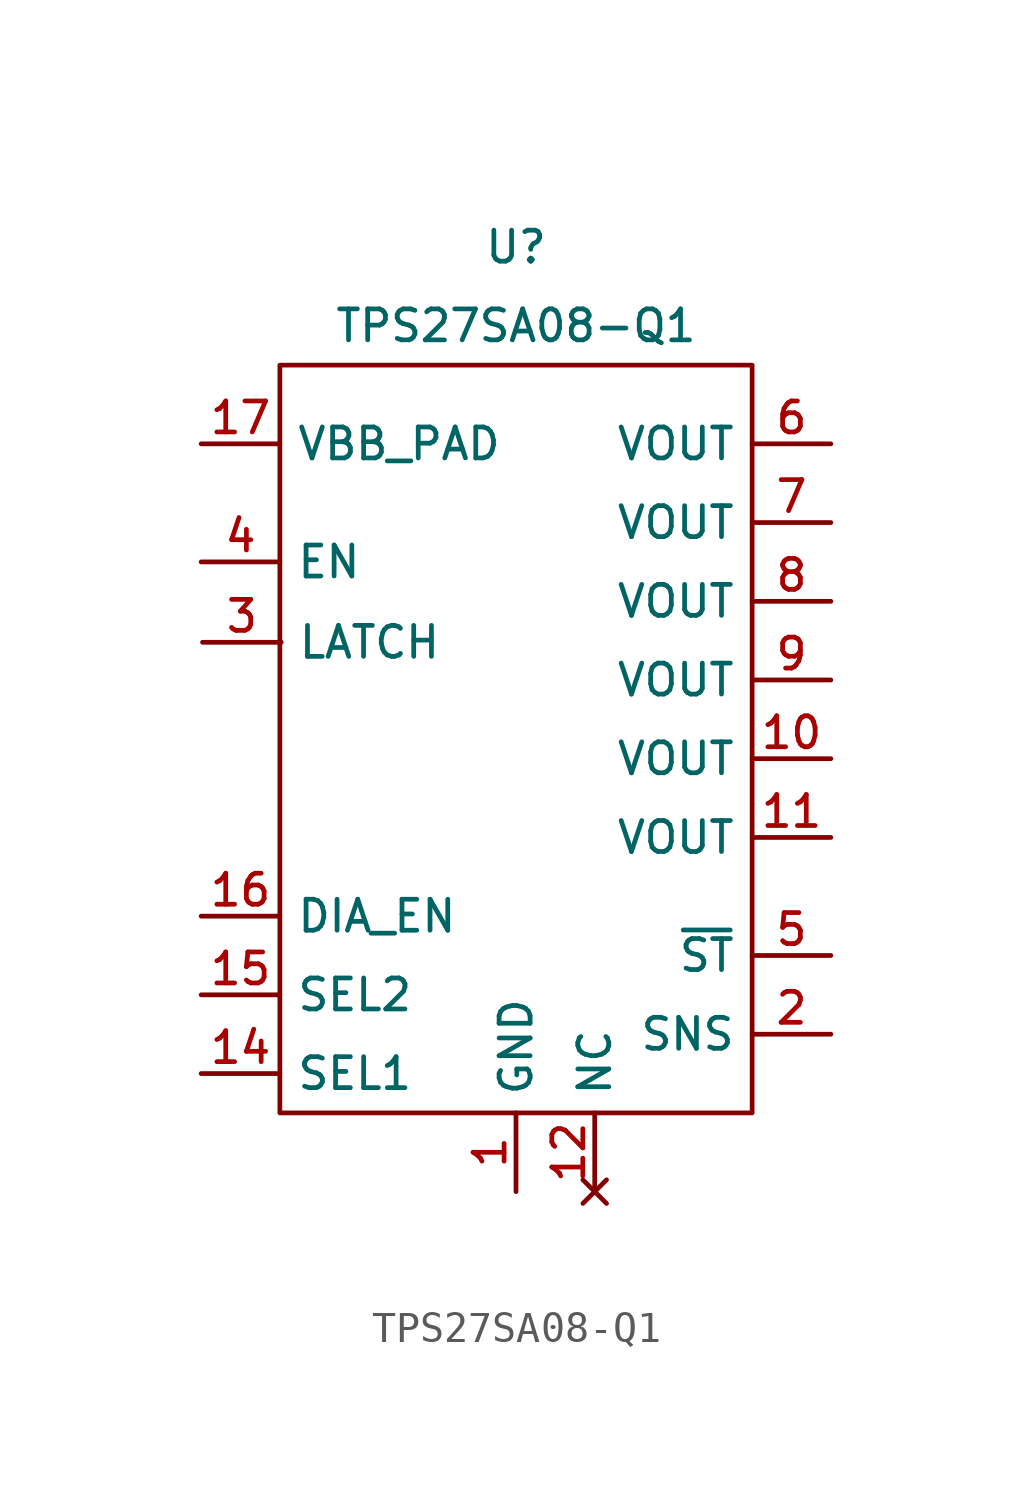
<source format=kicad_sym>
(kicad_symbol_lib
  (version 20231120)
  (generator "kicad_symbol_editor")
  (generator_version "8.0")
  (symbol "TPS27SA08-Q1"
    (property "Reference" "U"
      (at 0 13.97 0)
      (effects (font (size 1 1))))
    (property "Value" "TPS27SA08-Q1"
      (at 0 11.43 0)
      (effects (font (size 1 1))))
    (symbol "TPS27SA08-Q1_0_1"
      (rectangle (start -7.62 10.16) (end 7.62 -13.97) (stroke (width 0) (type default)) (fill (type none))))
    (symbol "TPS27SA08-Q1_1_1"
      (pin power_in line (at 0 -16.51 90) (length 2.54) (name "GND" (effects (font (size 1 1)))) (number "1" (effects (font (size 1 1)))))
      (pin power_out line (at 10.16 -2.54 180) (length 2.54) (name "VOUT" (effects (font (size 1 1)))) (number "10" (effects (font (size 1 1)))))
      (pin power_out line (at 10.16 -5.08 180) (length 2.54) (name "VOUT" (effects (font (size 1 1)))) (number "11" (effects (font (size 1 1)))))
      (pin no_connect line (at 2.54 -16.51 90) (length 2.54) (name "NC" (effects (font (size 1 1)))) (number "12" (effects (font (size 1 1)))))
      (pin no_connect line (at 2.54 -16.51 90) (length 2.54) hide (name "NC" (effects (font (size 1 1)))) (number "13" (effects (font (size 1 1)))))
      (pin input line (at -10.16 -12.7 0) (length 2.54) (name "SEL1" (effects (font (size 1 1)))) (number "14" (effects (font (size 1 1)))))
      (pin input line (at -10.16 -10.16 0) (length 2.54) (name "SEL2" (effects (font (size 1 1)))) (number "15" (effects (font (size 1 1)))))
      (pin input line (at -10.16 -7.62 0) (length 2.54) (name "DIA_EN" (effects (font (size 1 1)))) (number "16" (effects (font (size 1 1)))))
      (pin power_in line (at -10.16 7.62 0) (length 2.54) (name "VBB_PAD" (effects (font (size 1 1)))) (number "17" (effects (font (size 1 1)))))
      (pin output line (at 10.16 -11.43 180) (length 2.54) (name "SNS" (effects (font (size 1 1)))) (number "2" (effects (font (size 1 1)))))
      (pin input line (at -10.115 1.217 0) (length 2.54) (name "LATCH" (effects (font (size 1 1)))) (number "3" (effects (font (size 1 1)))))
      (pin input line (at -10.16 3.81 0) (length 2.54) (name "EN" (effects (font (size 1 1)))) (number "4" (effects (font (size 1 1)))))
      (pin output line (at 10.16 -8.89 180) (length 2.54) (name "~{ST}" (effects (font (size 1 1)))) (number "5" (effects (font (size 1 1)))))
      (pin power_out line (at 10.16 7.62 180) (length 2.54) (name "VOUT" (effects (font (size 1 1)))) (number "6" (effects (font (size 1 1)))))
      (pin power_out line (at 10.16 5.08 180) (length 2.54) (name "VOUT" (effects (font (size 1 1)))) (number "7" (effects (font (size 1 1)))))
      (pin power_out line (at 10.16 2.54 180) (length 2.54) (name "VOUT" (effects (font (size 1 1)))) (number "8" (effects (font (size 1 1)))))
      (pin power_out line (at 10.16 0 180) (length 2.54) (name "VOUT" (effects (font (size 1 1)))) (number "9" (effects (font (size 1 1))))))))
</source>
